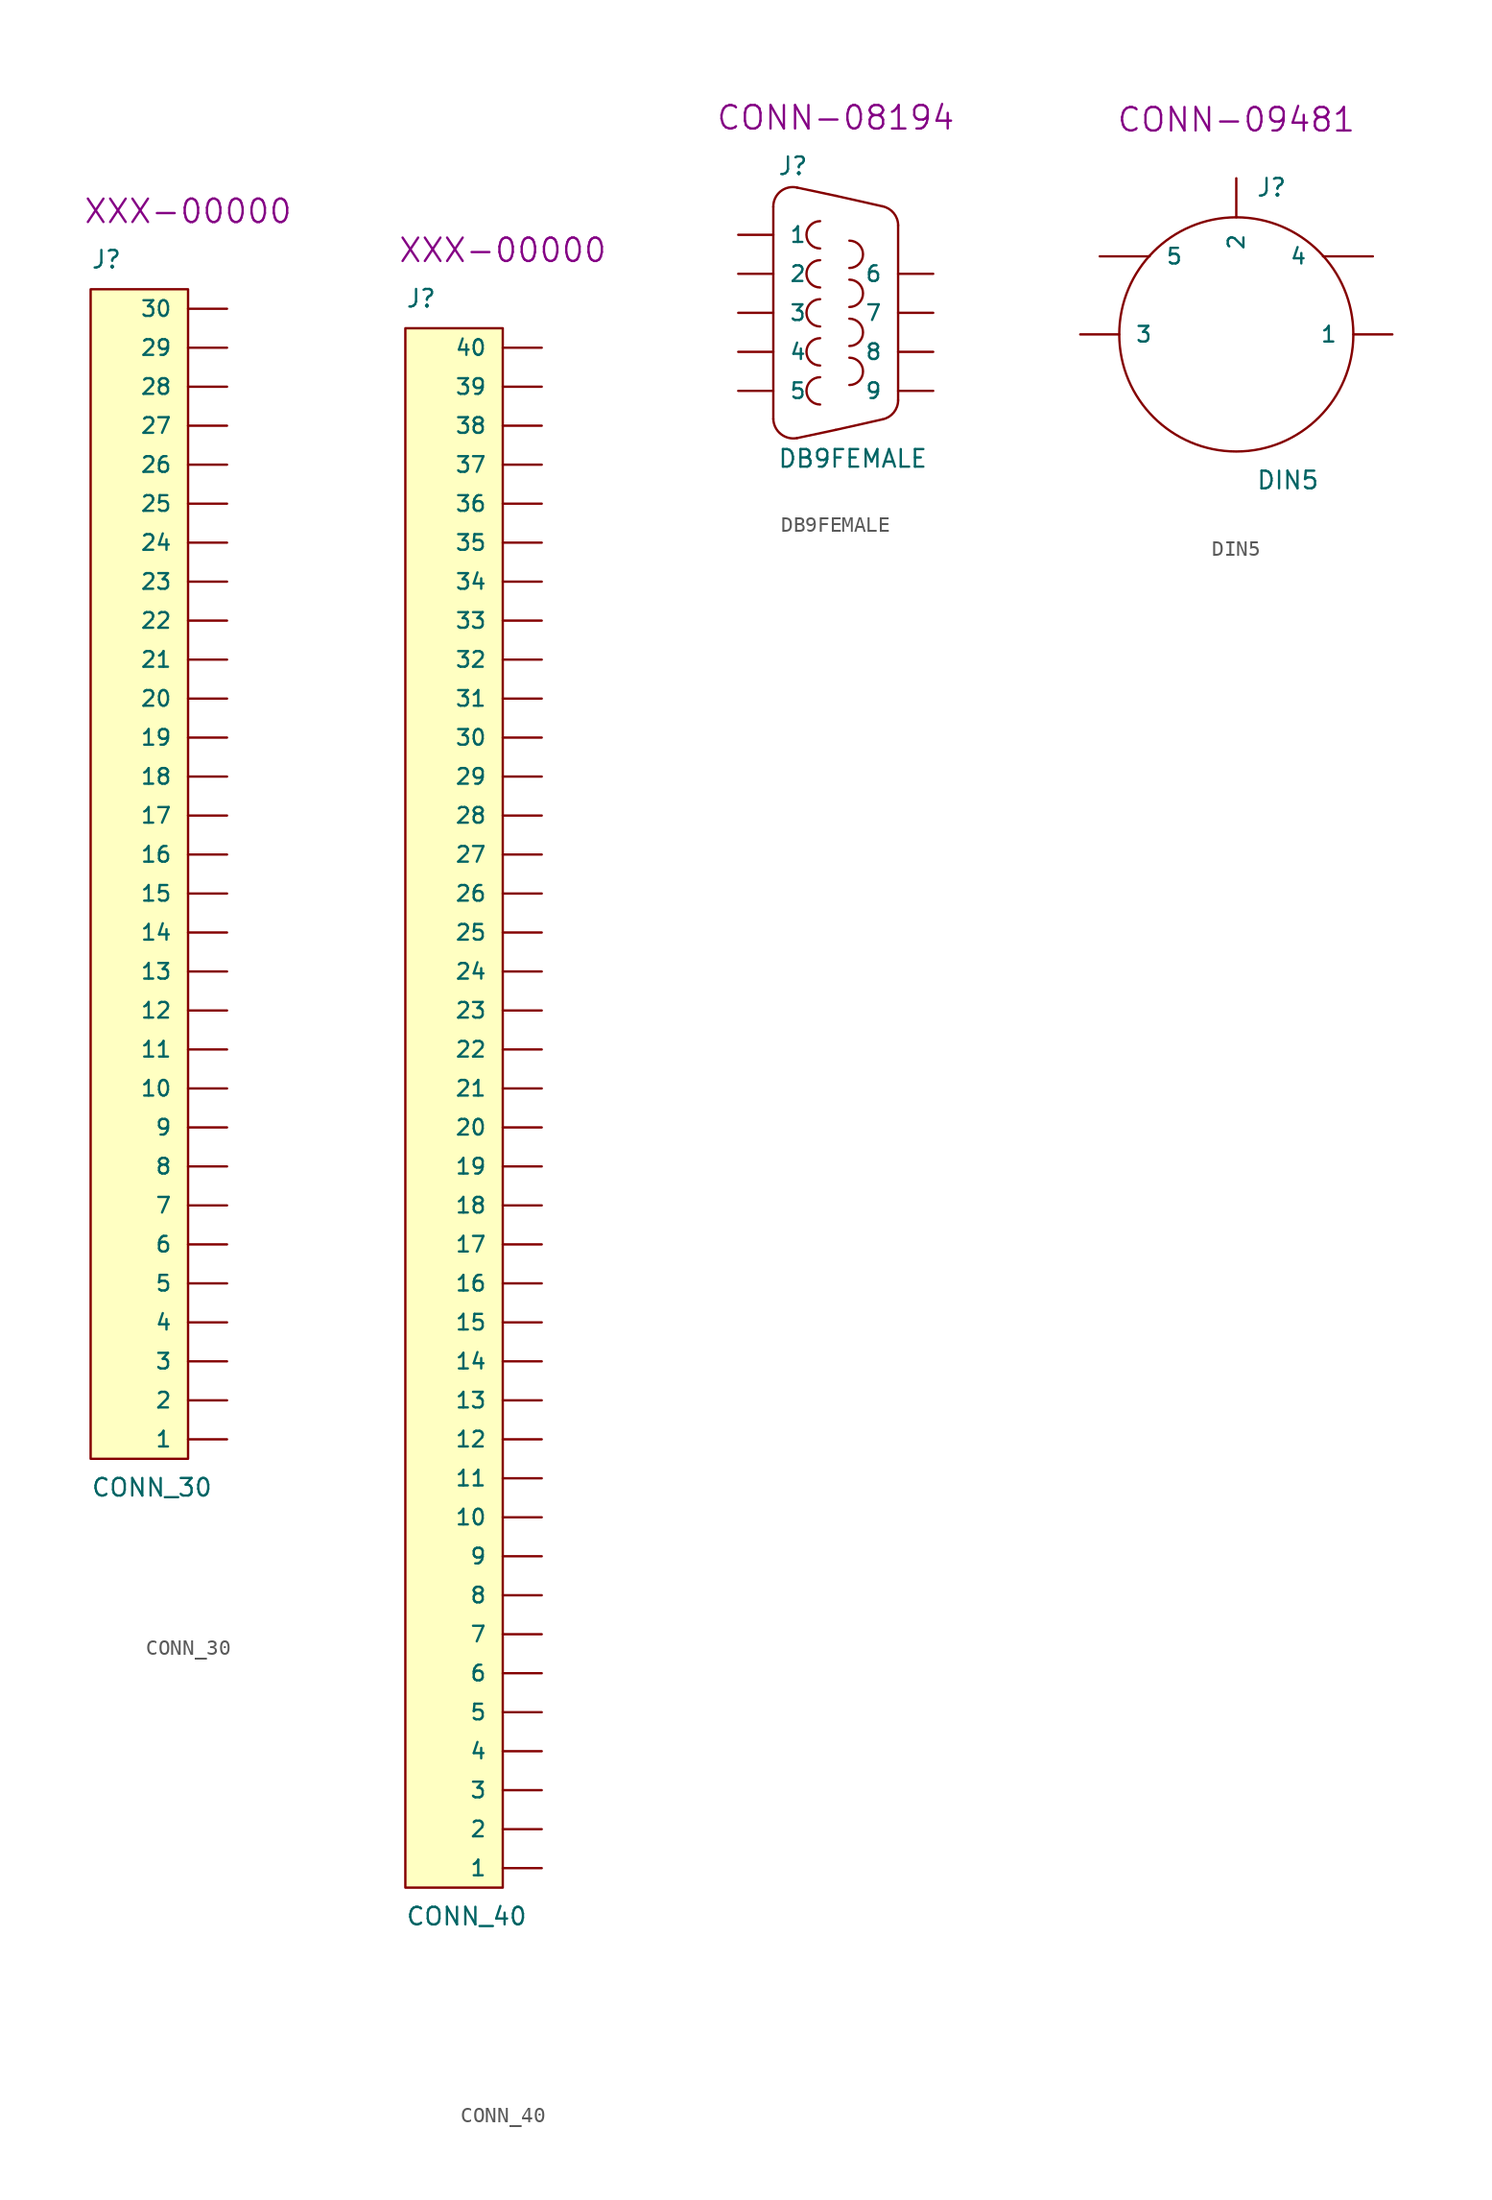
<source format=kicad_sym>
(kicad_symbol_lib
  (version 20201005)
  (generator kicad_symbol_editor)
  (symbol "CONN_30"
    (pin_numbers hide)
    (pin_names
      (offset 1.016))
    (property "Reference" "J"
      (at -6.35 76.2 0)
      (effects (font (size 1.143 1.143)) (justify left bottom)))
    (property "Value" "CONN_30"
      (at -6.35 -3.81 0)
      (effects (font (size 1.143 1.143)) (justify left bottom)))
    (property "Field4" "XXX-00000"
      (at 0 80.01 0)
      (effects (font (size 1.524 1.524))))
    (property "ki_locked" ""
      (at 0 0 0)
      (effects (font (size 1.27 1.27))))
    (symbol "CONN_30_0_1"
      (rectangle (start 0 -1.27) (end -6.35 74.93) (stroke (width 0)) (fill (type background))))
    (symbol "CONN_30_1_1"
      (pin passive line (at 2.54 0 180) (length 2.54) (name "1" (effects (font (size 1.016 1.016)))) (number "1" (effects (font (size 1.016 1.016)))))
      (pin passive line (at 2.54 2.54 180) (length 2.54) (name "2" (effects (font (size 1.016 1.016)))) (number "2" (effects (font (size 1.016 1.016)))))
      (pin passive line (at 2.54 5.08 180) (length 2.54) (name "3" (effects (font (size 1.016 1.016)))) (number "3" (effects (font (size 1.016 1.016)))))
      (pin passive line (at 2.54 7.62 180) (length 2.54) (name "4" (effects (font (size 1.016 1.016)))) (number "4" (effects (font (size 1.016 1.016)))))
      (pin passive line (at 2.54 10.16 180) (length 2.54) (name "5" (effects (font (size 1.016 1.016)))) (number "5" (effects (font (size 1.016 1.016)))))
      (pin passive line (at 2.54 12.7 180) (length 2.54) (name "6" (effects (font (size 1.016 1.016)))) (number "6" (effects (font (size 1.016 1.016)))))
      (pin passive line (at 2.54 15.24 180) (length 2.54) (name "7" (effects (font (size 1.016 1.016)))) (number "7" (effects (font (size 1.016 1.016)))))
      (pin passive line (at 2.54 17.78 180) (length 2.54) (name "8" (effects (font (size 1.016 1.016)))) (number "8" (effects (font (size 1.016 1.016)))))
      (pin passive line (at 2.54 20.32 180) (length 2.54) (name "9" (effects (font (size 1.016 1.016)))) (number "9" (effects (font (size 1.016 1.016)))))
      (pin passive line (at 2.54 22.86 180) (length 2.54) (name "10" (effects (font (size 1.016 1.016)))) (number "10" (effects (font (size 1.016 1.016)))))
      (pin passive line (at 2.54 48.26 180) (length 2.54) (name "20" (effects (font (size 1.016 1.016)))) (number "20" (effects (font (size 1.016 1.016)))))
      (pin passive line (at 2.54 73.66 180) (length 2.54) (name "30" (effects (font (size 1.016 1.016)))) (number "30" (effects (font (size 1.016 1.016)))))
      (pin passive line (at 2.54 25.4 180) (length 2.54) (name "11" (effects (font (size 1.016 1.016)))) (number "11" (effects (font (size 1.016 1.016)))))
      (pin passive line (at 2.54 50.8 180) (length 2.54) (name "21" (effects (font (size 1.016 1.016)))) (number "21" (effects (font (size 1.016 1.016)))))
      (pin passive line (at 2.54 27.94 180) (length 2.54) (name "12" (effects (font (size 1.016 1.016)))) (number "12" (effects (font (size 1.016 1.016)))))
      (pin passive line (at 2.54 53.34 180) (length 2.54) (name "22" (effects (font (size 1.016 1.016)))) (number "22" (effects (font (size 1.016 1.016)))))
      (pin passive line (at 2.54 30.48 180) (length 2.54) (name "13" (effects (font (size 1.016 1.016)))) (number "13" (effects (font (size 1.016 1.016)))))
      (pin passive line (at 2.54 55.88 180) (length 2.54) (name "23" (effects (font (size 1.016 1.016)))) (number "23" (effects (font (size 1.016 1.016)))))
      (pin passive line (at 2.54 33.02 180) (length 2.54) (name "14" (effects (font (size 1.016 1.016)))) (number "14" (effects (font (size 1.016 1.016)))))
      (pin passive line (at 2.54 58.42 180) (length 2.54) (name "24" (effects (font (size 1.016 1.016)))) (number "24" (effects (font (size 1.016 1.016)))))
      (pin passive line (at 2.54 35.56 180) (length 2.54) (name "15" (effects (font (size 1.016 1.016)))) (number "15" (effects (font (size 1.016 1.016)))))
      (pin passive line (at 2.54 60.96 180) (length 2.54) (name "25" (effects (font (size 1.016 1.016)))) (number "25" (effects (font (size 1.016 1.016)))))
      (pin passive line (at 2.54 38.1 180) (length 2.54) (name "16" (effects (font (size 1.016 1.016)))) (number "16" (effects (font (size 1.016 1.016)))))
      (pin passive line (at 2.54 63.5 180) (length 2.54) (name "26" (effects (font (size 1.016 1.016)))) (number "26" (effects (font (size 1.016 1.016)))))
      (pin passive line (at 2.54 40.64 180) (length 2.54) (name "17" (effects (font (size 1.016 1.016)))) (number "17" (effects (font (size 1.016 1.016)))))
      (pin passive line (at 2.54 66.04 180) (length 2.54) (name "27" (effects (font (size 1.016 1.016)))) (number "27" (effects (font (size 1.016 1.016)))))
      (pin passive line (at 2.54 43.18 180) (length 2.54) (name "18" (effects (font (size 1.016 1.016)))) (number "18" (effects (font (size 1.016 1.016)))))
      (pin passive line (at 2.54 68.58 180) (length 2.54) (name "28" (effects (font (size 1.016 1.016)))) (number "28" (effects (font (size 1.016 1.016)))))
      (pin passive line (at 2.54 45.72 180) (length 2.54) (name "19" (effects (font (size 1.016 1.016)))) (number "19" (effects (font (size 1.016 1.016)))))
      (pin passive line (at 2.54 71.12 180) (length 2.54) (name "29" (effects (font (size 1.016 1.016)))) (number "29" (effects (font (size 1.016 1.016)))))))
  (symbol "CONN_40"
    (pin_numbers hide)
    (pin_names
      (offset 1.016))
    (property "Reference" "J"
      (at -6.35 101.6 0)
      (effects (font (size 1.143 1.143)) (justify left bottom)))
    (property "Value" "CONN_40"
      (at -6.35 -3.81 0)
      (effects (font (size 1.143 1.143)) (justify left bottom)))
    (property "Field4" "XXX-00000"
      (at 0 105.41 0)
      (effects (font (size 1.524 1.524))))
    (property "ki_locked" ""
      (at 0 0 0)
      (effects (font (size 1.27 1.27))))
    (symbol "CONN_40_0_1"
      (rectangle (start 0 -1.27) (end -6.35 100.33) (stroke (width 0)) (fill (type background))))
    (symbol "CONN_40_1_1"
      (pin passive line (at 2.54 0 180) (length 2.54) (name "1" (effects (font (size 1.016 1.016)))) (number "1" (effects (font (size 1.016 1.016)))))
      (pin passive line (at 2.54 2.54 180) (length 2.54) (name "2" (effects (font (size 1.016 1.016)))) (number "2" (effects (font (size 1.016 1.016)))))
      (pin passive line (at 2.54 5.08 180) (length 2.54) (name "3" (effects (font (size 1.016 1.016)))) (number "3" (effects (font (size 1.016 1.016)))))
      (pin passive line (at 2.54 7.62 180) (length 2.54) (name "4" (effects (font (size 1.016 1.016)))) (number "4" (effects (font (size 1.016 1.016)))))
      (pin passive line (at 2.54 10.16 180) (length 2.54) (name "5" (effects (font (size 1.016 1.016)))) (number "5" (effects (font (size 1.016 1.016)))))
      (pin passive line (at 2.54 12.7 180) (length 2.54) (name "6" (effects (font (size 1.016 1.016)))) (number "6" (effects (font (size 1.016 1.016)))))
      (pin passive line (at 2.54 15.24 180) (length 2.54) (name "7" (effects (font (size 1.016 1.016)))) (number "7" (effects (font (size 1.016 1.016)))))
      (pin passive line (at 2.54 17.78 180) (length 2.54) (name "8" (effects (font (size 1.016 1.016)))) (number "8" (effects (font (size 1.016 1.016)))))
      (pin passive line (at 2.54 20.32 180) (length 2.54) (name "9" (effects (font (size 1.016 1.016)))) (number "9" (effects (font (size 1.016 1.016)))))
      (pin passive line (at 2.54 22.86 180) (length 2.54) (name "10" (effects (font (size 1.016 1.016)))) (number "10" (effects (font (size 1.016 1.016)))))
      (pin passive line (at 2.54 48.26 180) (length 2.54) (name "20" (effects (font (size 1.016 1.016)))) (number "20" (effects (font (size 1.016 1.016)))))
      (pin passive line (at 2.54 73.66 180) (length 2.54) (name "30" (effects (font (size 1.016 1.016)))) (number "30" (effects (font (size 1.016 1.016)))))
      (pin passive line (at 2.54 99.06 180) (length 2.54) (name "40" (effects (font (size 1.016 1.016)))) (number "40" (effects (font (size 1.016 1.016)))))
      (pin passive line (at 2.54 25.4 180) (length 2.54) (name "11" (effects (font (size 1.016 1.016)))) (number "11" (effects (font (size 1.016 1.016)))))
      (pin passive line (at 2.54 50.8 180) (length 2.54) (name "21" (effects (font (size 1.016 1.016)))) (number "21" (effects (font (size 1.016 1.016)))))
      (pin passive line (at 2.54 76.2 180) (length 2.54) (name "31" (effects (font (size 1.016 1.016)))) (number "31" (effects (font (size 1.016 1.016)))))
      (pin passive line (at 2.54 27.94 180) (length 2.54) (name "12" (effects (font (size 1.016 1.016)))) (number "12" (effects (font (size 1.016 1.016)))))
      (pin passive line (at 2.54 53.34 180) (length 2.54) (name "22" (effects (font (size 1.016 1.016)))) (number "22" (effects (font (size 1.016 1.016)))))
      (pin passive line (at 2.54 78.74 180) (length 2.54) (name "32" (effects (font (size 1.016 1.016)))) (number "32" (effects (font (size 1.016 1.016)))))
      (pin passive line (at 2.54 30.48 180) (length 2.54) (name "13" (effects (font (size 1.016 1.016)))) (number "13" (effects (font (size 1.016 1.016)))))
      (pin passive line (at 2.54 55.88 180) (length 2.54) (name "23" (effects (font (size 1.016 1.016)))) (number "23" (effects (font (size 1.016 1.016)))))
      (pin passive line (at 2.54 81.28 180) (length 2.54) (name "33" (effects (font (size 1.016 1.016)))) (number "33" (effects (font (size 1.016 1.016)))))
      (pin passive line (at 2.54 33.02 180) (length 2.54) (name "14" (effects (font (size 1.016 1.016)))) (number "14" (effects (font (size 1.016 1.016)))))
      (pin passive line (at 2.54 58.42 180) (length 2.54) (name "24" (effects (font (size 1.016 1.016)))) (number "24" (effects (font (size 1.016 1.016)))))
      (pin passive line (at 2.54 83.82 180) (length 2.54) (name "34" (effects (font (size 1.016 1.016)))) (number "34" (effects (font (size 1.016 1.016)))))
      (pin passive line (at 2.54 35.56 180) (length 2.54) (name "15" (effects (font (size 1.016 1.016)))) (number "15" (effects (font (size 1.016 1.016)))))
      (pin passive line (at 2.54 60.96 180) (length 2.54) (name "25" (effects (font (size 1.016 1.016)))) (number "25" (effects (font (size 1.016 1.016)))))
      (pin passive line (at 2.54 86.36 180) (length 2.54) (name "35" (effects (font (size 1.016 1.016)))) (number "35" (effects (font (size 1.016 1.016)))))
      (pin passive line (at 2.54 38.1 180) (length 2.54) (name "16" (effects (font (size 1.016 1.016)))) (number "16" (effects (font (size 1.016 1.016)))))
      (pin passive line (at 2.54 63.5 180) (length 2.54) (name "26" (effects (font (size 1.016 1.016)))) (number "26" (effects (font (size 1.016 1.016)))))
      (pin passive line (at 2.54 88.9 180) (length 2.54) (name "36" (effects (font (size 1.016 1.016)))) (number "36" (effects (font (size 1.016 1.016)))))
      (pin passive line (at 2.54 40.64 180) (length 2.54) (name "17" (effects (font (size 1.016 1.016)))) (number "17" (effects (font (size 1.016 1.016)))))
      (pin passive line (at 2.54 66.04 180) (length 2.54) (name "27" (effects (font (size 1.016 1.016)))) (number "27" (effects (font (size 1.016 1.016)))))
      (pin passive line (at 2.54 91.44 180) (length 2.54) (name "37" (effects (font (size 1.016 1.016)))) (number "37" (effects (font (size 1.016 1.016)))))
      (pin passive line (at 2.54 43.18 180) (length 2.54) (name "18" (effects (font (size 1.016 1.016)))) (number "18" (effects (font (size 1.016 1.016)))))
      (pin passive line (at 2.54 68.58 180) (length 2.54) (name "28" (effects (font (size 1.016 1.016)))) (number "28" (effects (font (size 1.016 1.016)))))
      (pin passive line (at 2.54 93.98 180) (length 2.54) (name "38" (effects (font (size 1.016 1.016)))) (number "38" (effects (font (size 1.016 1.016)))))
      (pin passive line (at 2.54 45.72 180) (length 2.54) (name "19" (effects (font (size 1.016 1.016)))) (number "19" (effects (font (size 1.016 1.016)))))
      (pin passive line (at 2.54 71.12 180) (length 2.54) (name "29" (effects (font (size 1.016 1.016)))) (number "29" (effects (font (size 1.016 1.016)))))
      (pin passive line (at 2.54 96.52 180) (length 2.54) (name "39" (effects (font (size 1.016 1.016)))) (number "39" (effects (font (size 1.016 1.016)))))))
  (symbol "DB9FEMALE"
    (pin_numbers hide)
    (pin_names
      (offset 1.016))
    (property "Reference" "J"
      (at -3.81 8.89 0)
      (effects (font (size 1.143 1.143)) (justify left bottom)))
    (property "Value" "DB9FEMALE"
      (at -3.81 -10.16 0)
      (effects (font (size 1.143 1.143)) (justify left bottom)))
    (property "Field4" "CONN-08194"
      (at 0 12.7 0)
      (effects (font (size 1.524 1.524))))
    (property "ki_locked" ""
      (at 0 0 0)
      (effects (font (size 1.27 1.27))))
    (symbol "DB9FEMALE_1_0"
      (polyline (pts (xy -4.064 -6.909) (xy -4.064 6.909)) (stroke (width 0)) (fill (type none)))
      (polyline (pts (xy -2.515 -8.153) (xy 0 -7.62)) (stroke (width 0)) (fill (type none)))
      (polyline (pts (xy -2.515 8.153) (xy 0 7.62)) (stroke (width 0)) (fill (type none)))
      (polyline (pts (xy 0 -7.62) (xy 3.048 -6.934)) (stroke (width 0)) (fill (type none)))
      (polyline (pts (xy 0 7.62) (xy 3.048 6.934)) (stroke (width 0)) (fill (type none)))
      (polyline (pts (xy 4.064 -5.69) (xy 4.064 5.69)) (stroke (width 0)) (fill (type none))))
    (symbol "DB9FEMALE_1_1"
      (arc (start -4.064 -6.9088) (end -2.5146 -8.1534) (radius (at -2.7686 -6.9088) (length 1.27) (angles -179.8 -77.7)) (stroke (width 0)) (fill (type none)))
      (arc (start -2.5146 8.1534) (end -4.064 6.9088) (radius (at -2.7686 6.9088) (length 1.27) (angles 77.8 179.9)) (stroke (width 0)) (fill (type none)))
      (arc (start -1.016 -4.191) (end -1.016 -5.969) (radius (at -1.016 -5.08) (length 0.889) (angles 90.1 -90.1)) (stroke (width 0)) (fill (type none)))
      (arc (start -1.016 -1.651) (end -1.016 -3.429) (radius (at -1.016 -2.54) (length 0.889) (angles 90.1 -90.1)) (stroke (width 0)) (fill (type none)))
      (arc (start -1.016 0.889) (end -1.016 -0.889) (radius (at -1.016 0) (length 0.889) (angles 90.1 -90.1)) (stroke (width 0)) (fill (type none)))
      (arc (start -1.016 3.429) (end -1.016 1.651) (radius (at -1.016 2.54) (length 0.889) (angles 90.1 -90.1)) (stroke (width 0)) (fill (type none)))
      (arc (start -1.016 5.969) (end -1.016 4.191) (radius (at -1.016 5.08) (length 0.889) (angles 90.1 -90.1)) (stroke (width 0)) (fill (type none)))
      (arc (start 0.889 -4.699) (end 0.889 -2.921) (radius (at 0.889 -3.81) (length 0.889) (angles -89.9 89.9)) (stroke (width 0)) (fill (type none)))
      (arc (start 0.889 -2.159) (end 0.889 -0.381) (radius (at 0.889 -1.27) (length 0.889) (angles -89.9 89.9)) (stroke (width 0)) (fill (type none)))
      (arc (start 0.889 0.381) (end 0.889 2.159) (radius (at 0.889 1.27) (length 0.889) (angles -89.9 89.9)) (stroke (width 0)) (fill (type none)))
      (arc (start 0.889 2.921) (end 0.889 4.699) (radius (at 0.889 3.81) (length 0.889) (angles -89.9 89.9)) (stroke (width 0)) (fill (type none)))
      (arc (start 3.048 -6.9342) (end 4.064 -5.6896) (radius (at 2.794 -5.6896) (length 1.27) (angles -77.5 -0.1)) (stroke (width 0)) (fill (type none)))
      (arc (start 4.064 5.6896) (end 3.048 6.9342) (radius (at 2.794 5.6896) (length 1.27) (angles 0.2 77.6)) (stroke (width 0)) (fill (type none)))
      (pin passive line (at -6.35 5.08 0) (length 2.286) (name "1" (effects (font (size 1.016 1.016)))) (number "1" (effects (font (size 1.016 1.016)))))
      (pin passive line (at -6.35 2.54 0) (length 2.286) (name "2" (effects (font (size 1.016 1.016)))) (number "2" (effects (font (size 1.016 1.016)))))
      (pin passive line (at -6.35 0 0) (length 2.286) (name "3" (effects (font (size 1.016 1.016)))) (number "3" (effects (font (size 1.016 1.016)))))
      (pin passive line (at -6.35 -2.54 0) (length 2.286) (name "4" (effects (font (size 1.016 1.016)))) (number "4" (effects (font (size 1.016 1.016)))))
      (pin passive line (at -6.35 -5.08 0) (length 2.286) (name "5" (effects (font (size 1.016 1.016)))) (number "5" (effects (font (size 1.016 1.016)))))
      (pin passive line (at 6.35 2.54 180) (length 2.286) (name "6" (effects (font (size 1.016 1.016)))) (number "6" (effects (font (size 1.016 1.016)))))
      (pin passive line (at 6.35 0 180) (length 2.286) (name "7" (effects (font (size 1.016 1.016)))) (number "7" (effects (font (size 1.016 1.016)))))
      (pin passive line (at 6.35 -2.54 180) (length 2.286) (name "8" (effects (font (size 1.016 1.016)))) (number "8" (effects (font (size 1.016 1.016)))))
      (pin passive line (at 6.35 -5.08 180) (length 2.286) (name "9" (effects (font (size 1.016 1.016)))) (number "9" (effects (font (size 1.016 1.016)))))))
  (symbol "DIN5"
    (pin_numbers hide)
    (pin_names
      (offset 1.016))
    (property "Reference" "J"
      (at 1.27 8.89 0)
      (effects (font (size 1.143 1.143)) (justify left bottom)))
    (property "Value" "DIN5"
      (at 1.27 -10.16 0)
      (effects (font (size 1.143 1.143)) (justify left bottom)))
    (property "Field4" "CONN-09481"
      (at 0 13.97 0)
      (effects (font (size 1.524 1.524))))
    (property "ki_locked" ""
      (at 0 0 0)
      (effects (font (size 1.27 1.27))))
    (symbol "DIN5_1_1"
      (circle (center 0 0) (radius 7.62) (stroke (width 0)) (fill (type none)))
      (pin bidirectional line (at 10.16 0 180) (length 2.54) (name "1" (effects (font (size 1.016 1.016)))) (number "1" (effects (font (size 1.016 1.016)))))
      (pin bidirectional line (at 0 10.16 270) (length 2.54) (name "2" (effects (font (size 1.016 1.016)))) (number "2" (effects (font (size 1.016 1.016)))))
      (pin bidirectional line (at -10.16 0 0) (length 2.54) (name "3" (effects (font (size 1.016 1.016)))) (number "3" (effects (font (size 1.016 1.016)))))
      (pin bidirectional line (at 8.89 5.08 180) (length 3.251) (name "4" (effects (font (size 1.016 1.016)))) (number "4" (effects (font (size 1.016 1.016)))))
      (pin bidirectional line (at -8.89 5.08 0) (length 3.251) (name "5" (effects (font (size 1.016 1.016)))) (number "5" (effects (font (size 1.016 1.016))))))))
</source>
